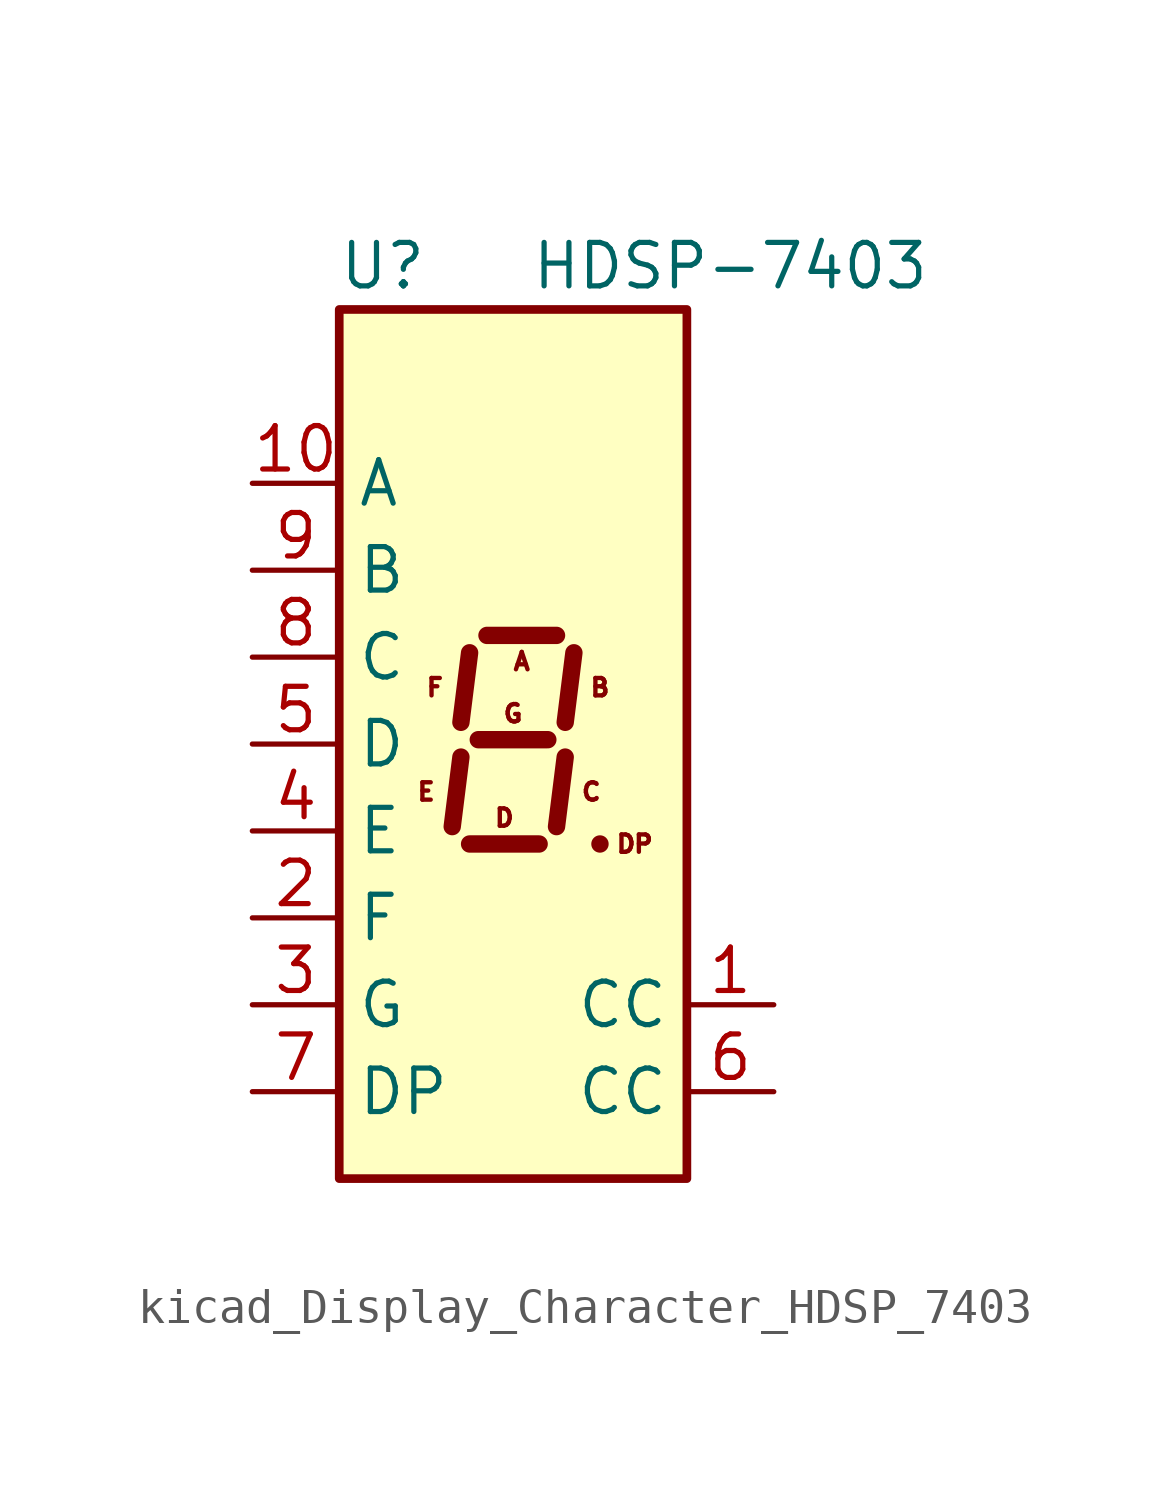
<source format=kicad_sym>
(kicad_symbol_lib
  (version 20220914)
  (generator kicad_symbol_editor)
  (symbol "kicad_Display_Character_HDSP_7403"
    (property "Reference" "U"
      (at -3.81 13.97 0)
      (effects (font (size 1.27 1.27))))
    (property "Value" "HDSP-7403"
      (at 6.35 13.97 0)
      (effects (font (size 1.27 1.27))))
    (symbol "kicad_Display_Character_HDSP_7403_1_0"
      (text "A" (at 0.254 2.413 0) (effects (font (size 0.508 0.508))))
      (text "B" (at 2.54 1.651 0) (effects (font (size 0.508 0.508))))
      (text "C" (at 2.286 -1.397 0) (effects (font (size 0.508 0.508))))
      (text "D" (at -0.254 -2.159 0) (effects (font (size 0.508 0.508))))
      (text "DP" (at 3.556 -2.921 0) (effects (font (size 0.508 0.508))))
      (text "E" (at -2.54 -1.397 0) (effects (font (size 0.508 0.508))))
      (text "F" (at -2.286 1.651 0) (effects (font (size 0.508 0.508))))
      (text "G" (at 0 0.889 0) (effects (font (size 0.508 0.508)))))
    (symbol "kicad_Display_Character_HDSP_7403_1_1"
      (rectangle (start -5.08 12.7) (end 5.08 -12.7) (stroke (width 0.254) (type default)) (fill (type background)))
      (polyline (pts (xy -1.524 -0.381) (xy -1.778 -2.413)) (stroke (width 0.508) (type default)) (fill (type none)))
      (polyline (pts (xy -1.27 -2.921) (xy 0.762 -2.921)) (stroke (width 0.508) (type default)) (fill (type none)))
      (polyline (pts (xy -1.27 2.667) (xy -1.524 0.635)) (stroke (width 0.508) (type default)) (fill (type none)))
      (polyline (pts (xy -1.016 0.127) (xy 1.016 0.127)) (stroke (width 0.508) (type default)) (fill (type none)))
      (polyline (pts (xy -0.762 3.175) (xy 1.27 3.175)) (stroke (width 0.508) (type default)) (fill (type none)))
      (polyline (pts (xy 1.524 -0.381) (xy 1.27 -2.413)) (stroke (width 0.508) (type default)) (fill (type none)))
      (polyline (pts (xy 1.778 2.667) (xy 1.524 0.635)) (stroke (width 0.508) (type default)) (fill (type none)))
      (polyline (pts (xy 2.54 -2.921) (xy 2.54 -2.921)) (stroke (width 0.508) (type default)) (fill (type none)))
      (pin input line (at 7.62 -7.62 180) (length 2.54) (name "CC" (effects (font (size 1.27 1.27)))) (number "1" (effects (font (size 1.27 1.27)))))
      (pin input line (at -7.62 7.62 0) (length 2.54) (name "A" (effects (font (size 1.27 1.27)))) (number "10" (effects (font (size 1.27 1.27)))))
      (pin input line (at -7.62 -5.08 0) (length 2.54) (name "F" (effects (font (size 1.27 1.27)))) (number "2" (effects (font (size 1.27 1.27)))))
      (pin input line (at -7.62 -7.62 0) (length 2.54) (name "G" (effects (font (size 1.27 1.27)))) (number "3" (effects (font (size 1.27 1.27)))))
      (pin input line (at -7.62 -2.54 0) (length 2.54) (name "E" (effects (font (size 1.27 1.27)))) (number "4" (effects (font (size 1.27 1.27)))))
      (pin input line (at -7.62 0 0) (length 2.54) (name "D" (effects (font (size 1.27 1.27)))) (number "5" (effects (font (size 1.27 1.27)))))
      (pin input line (at 7.62 -10.16 180) (length 2.54) (name "CC" (effects (font (size 1.27 1.27)))) (number "6" (effects (font (size 1.27 1.27)))))
      (pin input line (at -7.62 -10.16 0) (length 2.54) (name "DP" (effects (font (size 1.27 1.27)))) (number "7" (effects (font (size 1.27 1.27)))))
      (pin input line (at -7.62 2.54 0) (length 2.54) (name "C" (effects (font (size 1.27 1.27)))) (number "8" (effects (font (size 1.27 1.27)))))
      (pin input line (at -7.62 5.08 0) (length 2.54) (name "B" (effects (font (size 1.27 1.27)))) (number "9" (effects (font (size 1.27 1.27))))))))
</source>
